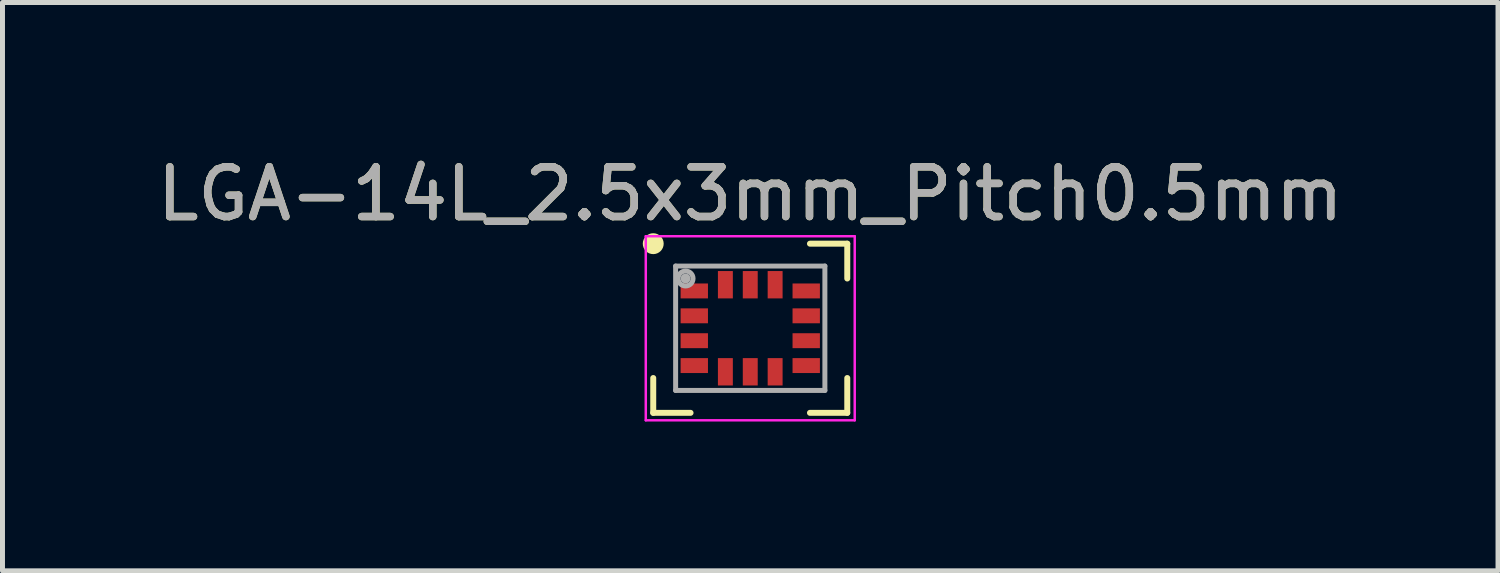
<source format=kicad_pcb>
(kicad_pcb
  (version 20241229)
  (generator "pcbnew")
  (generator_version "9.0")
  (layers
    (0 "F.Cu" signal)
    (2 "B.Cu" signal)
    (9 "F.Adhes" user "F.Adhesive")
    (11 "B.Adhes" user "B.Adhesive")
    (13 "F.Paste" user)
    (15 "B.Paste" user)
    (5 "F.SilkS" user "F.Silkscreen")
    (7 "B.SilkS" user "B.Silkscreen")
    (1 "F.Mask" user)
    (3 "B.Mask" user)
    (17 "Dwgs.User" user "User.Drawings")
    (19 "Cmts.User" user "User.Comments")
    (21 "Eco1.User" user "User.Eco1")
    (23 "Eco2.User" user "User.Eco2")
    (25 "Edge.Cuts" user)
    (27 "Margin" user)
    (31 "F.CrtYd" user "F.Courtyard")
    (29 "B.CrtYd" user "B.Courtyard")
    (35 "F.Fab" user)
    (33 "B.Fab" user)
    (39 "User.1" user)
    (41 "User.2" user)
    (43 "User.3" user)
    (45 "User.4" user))
  (footprint "LGA-14L_2.5x3mm_Pitch0.5mm"
    (layer "F.Cu")
    (at 12.03 3.548)
    (property "Reference" "LGA-14L_2.5x3mm_Pitch0.5mm" (at 0 -2.7 0) (layer "F.SilkS") (effects (font (size 1 1) (thickness 0.15))))
    (attr smd)
    (fp_line (start -1.95 1.7) (end -1.95 1) (stroke (width 0.12) (type solid)) (layer "F.SilkS"))
    (fp_line (start -1.2 1.7) (end -1.95 1.7) (stroke (width 0.12) (type solid)) (layer "F.SilkS"))
    (fp_line (start 1.2 -1.7) (end 1.95 -1.7) (stroke (width 0.12) (type solid)) (layer "F.SilkS"))
    (fp_line (start 1.95 -1.7) (end 1.95 -1) (stroke (width 0.12) (type solid)) (layer "F.SilkS"))
    (fp_line (start 1.95 1) (end 1.95 1.7) (stroke (width 0.12) (type solid)) (layer "F.SilkS"))
    (fp_line (start 1.95 1.7) (end 1.2 1.7) (stroke (width 0.12) (type solid)) (layer "F.SilkS"))
    (fp_circle (center -1.95 -1.7) (end -1.89 -1.7) (stroke (width 0.12) (type solid)) (fill no) (layer "F.SilkS"))
    (fp_circle (center -1.95 -1.7) (end -1.8 -1.7) (stroke (width 0.12) (type solid)) (fill no) (layer "F.SilkS"))
    (fp_line (start -2.1 -1.85) (end 2.1 -1.85) (stroke (width 0.05) (type solid)) (layer "F.CrtYd"))
    (fp_line (start -2.1 1.85) (end -2.1 -1.85) (stroke (width 0.05) (type solid)) (layer "F.CrtYd"))
    (fp_line (start 2.1 -1.85) (end 2.1 1.85) (stroke (width 0.05) (type solid)) (layer "F.CrtYd"))
    (fp_line (start 2.1 1.85) (end -2.1 1.85) (stroke (width 0.05) (type solid)) (layer "F.CrtYd"))
    (fp_line (start -1.5 -1.25) (end 1.5 -1.25) (stroke (width 0.1) (type solid)) (layer "F.Fab"))
    (fp_line (start -1.5 1.25) (end -1.5 -1.25) (stroke (width 0.1) (type solid)) (layer "F.Fab"))
    (fp_line (start 1.5 -1.25) (end 1.5 1.25) (stroke (width 0.1) (type solid)) (layer "F.Fab"))
    (fp_line (start 1.5 1.25) (end -1.5 1.25) (stroke (width 0.1) (type solid)) (layer "F.Fab"))
    (fp_circle (center -1.3 -1) (end -1.3 -0.95) (stroke (width 0.1) (type solid)) (fill no) (layer "F.Fab"))
    (fp_circle (center -1.3 -1) (end -1.3 -0.85) (stroke (width 0.1) (type solid)) (fill no) (layer "F.Fab"))
    (fp_text user "${REFERENCE}" (at 0 -2.7 0) (layer "F.Fab") (effects (font (size 1 1) (thickness 0.15))))
    (pad "1" smd rect (at -1.125 -0.75) (size 0.55 0.3) (layers "F.Cu" "F.Mask" "F.Paste"))
    (pad "2" smd rect (at -1.125 -0.25) (size 0.55 0.3) (layers "F.Cu" "F.Mask" "F.Paste"))
    (pad "3" smd rect (at -1.125 0.25) (size 0.55 0.3) (layers "F.Cu" "F.Mask" "F.Paste"))
    (pad "4" smd rect (at -1.125 0.75) (size 0.55 0.3) (layers "F.Cu" "F.Mask" "F.Paste"))
    (pad "5" smd rect (at -0.5 0.875) (size 0.3 0.55) (layers "F.Cu" "F.Mask" "F.Paste"))
    (pad "6" smd rect (at 0 0.875) (size 0.3 0.55) (layers "F.Cu" "F.Mask" "F.Paste"))
    (pad "7" smd rect (at 0.5 0.875) (size 0.3 0.55) (layers "F.Cu" "F.Mask" "F.Paste"))
    (pad "8" smd rect (at 1.125 0.75) (size 0.55 0.3) (layers "F.Cu" "F.Mask" "F.Paste"))
    (pad "9" smd rect (at 1.125 0.25) (size 0.55 0.3) (layers "F.Cu" "F.Mask" "F.Paste"))
    (pad "10" smd rect (at 1.125 -0.25) (size 0.55 0.3) (layers "F.Cu" "F.Mask" "F.Paste"))
    (pad "11" smd rect (at 1.125 -0.75) (size 0.55 0.3) (layers "F.Cu" "F.Mask" "F.Paste"))
    (pad "12" smd rect (at 0.5 -0.875) (size 0.3 0.55) (layers "F.Cu" "F.Mask" "F.Paste"))
    (pad "13" smd rect (at 0 -0.875) (size 0.3 0.55) (layers "F.Cu" "F.Mask" "F.Paste"))
    (pad "14" smd rect (at -0.5 -0.875) (size 0.3 0.55) (layers "F.Cu" "F.Mask" "F.Paste")))
  (gr_rect
    (start -3 -3)
    (end 27.06 8.423)
    (stroke (width 0.1) (type default))
    (fill no)
    (layer "Edge.Cuts")))
</source>
